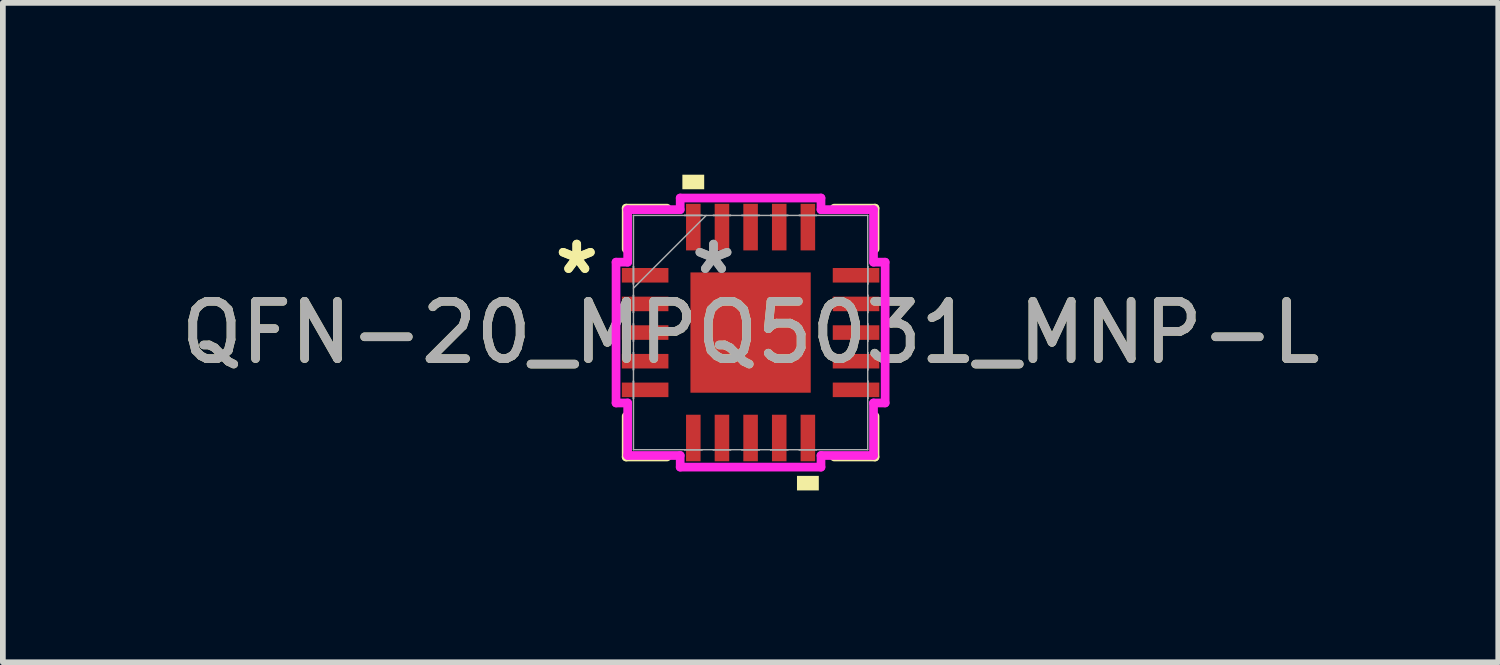
<source format=kicad_pcb>
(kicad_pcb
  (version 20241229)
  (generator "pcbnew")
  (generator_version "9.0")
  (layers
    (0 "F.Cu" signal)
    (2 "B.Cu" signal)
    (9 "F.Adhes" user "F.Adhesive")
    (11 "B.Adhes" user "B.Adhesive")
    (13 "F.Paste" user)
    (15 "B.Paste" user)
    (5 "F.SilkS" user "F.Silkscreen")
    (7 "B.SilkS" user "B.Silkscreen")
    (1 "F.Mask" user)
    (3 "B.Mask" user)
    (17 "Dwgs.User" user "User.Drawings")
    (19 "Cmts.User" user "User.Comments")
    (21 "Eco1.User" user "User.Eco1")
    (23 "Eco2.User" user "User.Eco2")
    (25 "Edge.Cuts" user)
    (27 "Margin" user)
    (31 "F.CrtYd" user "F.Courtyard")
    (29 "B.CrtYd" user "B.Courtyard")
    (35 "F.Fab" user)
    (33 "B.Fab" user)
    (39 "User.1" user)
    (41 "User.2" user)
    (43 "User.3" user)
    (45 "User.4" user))
  (footprint "QFN-20_MPQ5031_MNP-L"
    (layer "F.Cu")
    (at 10.054 2.756)
    (property "Reference" "QFN-20_MPQ5031_MNP-L" (at 0 0 0) (unlocked yes) (layer "F.SilkS") (effects (font (size 1 1) (thickness 0.15))))
    (attr smd)
    (fp_line (start -2.172 -2.172) (end -2.172 -1.46) (stroke (width 0.152) (type solid)) (layer "F.SilkS"))
    (fp_line (start -2.172 1.46) (end -2.172 2.172) (stroke (width 0.152) (type solid)) (layer "F.SilkS"))
    (fp_line (start -2.172 2.172) (end -1.46 2.172) (stroke (width 0.152) (type solid)) (layer "F.SilkS"))
    (fp_line (start -1.46 -2.172) (end -2.172 -2.172) (stroke (width 0.152) (type solid)) (layer "F.SilkS"))
    (fp_line (start 1.46 2.172) (end 2.172 2.172) (stroke (width 0.152) (type solid)) (layer "F.SilkS"))
    (fp_line (start 2.172 -2.172) (end 1.46 -2.172) (stroke (width 0.152) (type solid)) (layer "F.SilkS"))
    (fp_line (start 2.172 -1.46) (end 2.172 -2.172) (stroke (width 0.152) (type solid)) (layer "F.SilkS"))
    (fp_line (start 2.172 2.172) (end 2.172 1.46) (stroke (width 0.152) (type solid)) (layer "F.SilkS"))
    (fp_poly (pts (xy -1.191 -2.502) (xy -1.191 -2.756) (xy -0.81 -2.756) (xy -0.81 -2.502)) (stroke (width 0) (type solid)) (fill yes) (layer "F.SilkS"))
    (fp_poly (pts (xy 0.81 2.502) (xy 0.81 2.756) (xy 1.191 2.756) (xy 1.191 2.502)) (stroke (width 0) (type solid)) (fill yes) (layer "F.SilkS"))
    (fp_line (start -2.349 -1.229) (end -2.146 -1.229) (stroke (width 0.152) (type solid)) (layer "F.CrtYd"))
    (fp_line (start -2.349 1.229) (end -2.349 -1.229) (stroke (width 0.152) (type solid)) (layer "F.CrtYd"))
    (fp_line (start -2.146 -2.146) (end -1.229 -2.146) (stroke (width 0.152) (type solid)) (layer "F.CrtYd"))
    (fp_line (start -2.146 -1.229) (end -2.146 -2.146) (stroke (width 0.152) (type solid)) (layer "F.CrtYd"))
    (fp_line (start -2.146 1.229) (end -2.349 1.229) (stroke (width 0.152) (type solid)) (layer "F.CrtYd"))
    (fp_line (start -2.146 2.146) (end -2.146 1.229) (stroke (width 0.152) (type solid)) (layer "F.CrtYd"))
    (fp_line (start -1.229 -2.349) (end 1.229 -2.349) (stroke (width 0.152) (type solid)) (layer "F.CrtYd"))
    (fp_line (start -1.229 -2.146) (end -1.229 -2.349) (stroke (width 0.152) (type solid)) (layer "F.CrtYd"))
    (fp_line (start -1.229 2.146) (end -2.146 2.146) (stroke (width 0.152) (type solid)) (layer "F.CrtYd"))
    (fp_line (start -1.229 2.349) (end -1.229 2.146) (stroke (width 0.152) (type solid)) (layer "F.CrtYd"))
    (fp_line (start 1.229 -2.349) (end 1.229 -2.146) (stroke (width 0.152) (type solid)) (layer "F.CrtYd"))
    (fp_line (start 1.229 -2.146) (end 2.146 -2.146) (stroke (width 0.152) (type solid)) (layer "F.CrtYd"))
    (fp_line (start 1.229 2.146) (end 1.229 2.349) (stroke (width 0.152) (type solid)) (layer "F.CrtYd"))
    (fp_line (start 1.229 2.349) (end -1.229 2.349) (stroke (width 0.152) (type solid)) (layer "F.CrtYd"))
    (fp_line (start 2.146 -2.146) (end 2.146 -1.229) (stroke (width 0.152) (type solid)) (layer "F.CrtYd"))
    (fp_line (start 2.146 -1.229) (end 2.349 -1.229) (stroke (width 0.152) (type solid)) (layer "F.CrtYd"))
    (fp_line (start 2.146 1.229) (end 2.146 2.146) (stroke (width 0.152) (type solid)) (layer "F.CrtYd"))
    (fp_line (start 2.146 2.146) (end 1.229 2.146) (stroke (width 0.152) (type solid)) (layer "F.CrtYd"))
    (fp_line (start 2.349 -1.229) (end 2.349 1.229) (stroke (width 0.152) (type solid)) (layer "F.CrtYd"))
    (fp_line (start 2.349 1.229) (end 2.146 1.229) (stroke (width 0.152) (type solid)) (layer "F.CrtYd"))
    (fp_line (start -2.045 -2.045) (end -2.045 2.045) (stroke (width 0.025) (type solid)) (layer "F.Fab"))
    (fp_line (start -2.045 -1.152) (end -2.045 -1.152) (stroke (width 0.025) (type solid)) (layer "F.Fab"))
    (fp_line (start -2.045 -1.152) (end -2.045 -0.848) (stroke (width 0.025) (type solid)) (layer "F.Fab"))
    (fp_line (start -2.045 -0.848) (end -2.045 -1.152) (stroke (width 0.025) (type solid)) (layer "F.Fab"))
    (fp_line (start -2.045 -0.848) (end -2.045 -0.848) (stroke (width 0.025) (type solid)) (layer "F.Fab"))
    (fp_line (start -2.045 -0.775) (end -0.775 -2.045) (stroke (width 0.025) (type solid)) (layer "F.Fab"))
    (fp_line (start -2.045 -0.652) (end -2.045 -0.652) (stroke (width 0.025) (type solid)) (layer "F.Fab"))
    (fp_line (start -2.045 -0.652) (end -2.045 -0.348) (stroke (width 0.025) (type solid)) (layer "F.Fab"))
    (fp_line (start -2.045 -0.348) (end -2.045 -0.652) (stroke (width 0.025) (type solid)) (layer "F.Fab"))
    (fp_line (start -2.045 -0.348) (end -2.045 -0.348) (stroke (width 0.025) (type solid)) (layer "F.Fab"))
    (fp_line (start -2.045 -0.152) (end -2.045 -0.152) (stroke (width 0.025) (type solid)) (layer "F.Fab"))
    (fp_line (start -2.045 -0.152) (end -2.045 0.152) (stroke (width 0.025) (type solid)) (layer "F.Fab"))
    (fp_line (start -2.045 0.152) (end -2.045 -0.152) (stroke (width 0.025) (type solid)) (layer "F.Fab"))
    (fp_line (start -2.045 0.152) (end -2.045 0.152) (stroke (width 0.025) (type solid)) (layer "F.Fab"))
    (fp_line (start -2.045 0.348) (end -2.045 0.348) (stroke (width 0.025) (type solid)) (layer "F.Fab"))
    (fp_line (start -2.045 0.348) (end -2.045 0.652) (stroke (width 0.025) (type solid)) (layer "F.Fab"))
    (fp_line (start -2.045 0.652) (end -2.045 0.348) (stroke (width 0.025) (type solid)) (layer "F.Fab"))
    (fp_line (start -2.045 0.652) (end -2.045 0.652) (stroke (width 0.025) (type solid)) (layer "F.Fab"))
    (fp_line (start -2.045 0.848) (end -2.045 0.848) (stroke (width 0.025) (type solid)) (layer "F.Fab"))
    (fp_line (start -2.045 0.848) (end -2.045 1.152) (stroke (width 0.025) (type solid)) (layer "F.Fab"))
    (fp_line (start -2.045 1.152) (end -2.045 0.848) (stroke (width 0.025) (type solid)) (layer "F.Fab"))
    (fp_line (start -2.045 1.152) (end -2.045 1.152) (stroke (width 0.025) (type solid)) (layer "F.Fab"))
    (fp_line (start -2.045 2.045) (end 2.045 2.045) (stroke (width 0.025) (type solid)) (layer "F.Fab"))
    (fp_line (start -1.152 -2.045) (end -1.152 -2.045) (stroke (width 0.025) (type solid)) (layer "F.Fab"))
    (fp_line (start -1.152 -2.045) (end -0.848 -2.045) (stroke (width 0.025) (type solid)) (layer "F.Fab"))
    (fp_line (start -1.152 2.045) (end -1.152 2.045) (stroke (width 0.025) (type solid)) (layer "F.Fab"))
    (fp_line (start -1.152 2.045) (end -0.848 2.045) (stroke (width 0.025) (type solid)) (layer "F.Fab"))
    (fp_line (start -0.848 -2.045) (end -1.152 -2.045) (stroke (width 0.025) (type solid)) (layer "F.Fab"))
    (fp_line (start -0.848 -2.045) (end -0.848 -2.045) (stroke (width 0.025) (type solid)) (layer "F.Fab"))
    (fp_line (start -0.848 2.045) (end -1.152 2.045) (stroke (width 0.025) (type solid)) (layer "F.Fab"))
    (fp_line (start -0.848 2.045) (end -0.848 2.045) (stroke (width 0.025) (type solid)) (layer "F.Fab"))
    (fp_line (start -0.652 -2.045) (end -0.652 -2.045) (stroke (width 0.025) (type solid)) (layer "F.Fab"))
    (fp_line (start -0.652 -2.045) (end -0.348 -2.045) (stroke (width 0.025) (type solid)) (layer "F.Fab"))
    (fp_line (start -0.652 2.045) (end -0.652 2.045) (stroke (width 0.025) (type solid)) (layer "F.Fab"))
    (fp_line (start -0.652 2.045) (end -0.348 2.045) (stroke (width 0.025) (type solid)) (layer "F.Fab"))
    (fp_line (start -0.348 -2.045) (end -0.652 -2.045) (stroke (width 0.025) (type solid)) (layer "F.Fab"))
    (fp_line (start -0.348 -2.045) (end -0.348 -2.045) (stroke (width 0.025) (type solid)) (layer "F.Fab"))
    (fp_line (start -0.348 2.045) (end -0.652 2.045) (stroke (width 0.025) (type solid)) (layer "F.Fab"))
    (fp_line (start -0.348 2.045) (end -0.348 2.045) (stroke (width 0.025) (type solid)) (layer "F.Fab"))
    (fp_line (start -0.152 -2.045) (end -0.152 -2.045) (stroke (width 0.025) (type solid)) (layer "F.Fab"))
    (fp_line (start -0.152 -2.045) (end 0.152 -2.045) (stroke (width 0.025) (type solid)) (layer "F.Fab"))
    (fp_line (start -0.152 2.045) (end -0.152 2.045) (stroke (width 0.025) (type solid)) (layer "F.Fab"))
    (fp_line (start -0.152 2.045) (end 0.152 2.045) (stroke (width 0.025) (type solid)) (layer "F.Fab"))
    (fp_line (start 0.152 -2.045) (end -0.152 -2.045) (stroke (width 0.025) (type solid)) (layer "F.Fab"))
    (fp_line (start 0.152 -2.045) (end 0.152 -2.045) (stroke (width 0.025) (type solid)) (layer "F.Fab"))
    (fp_line (start 0.152 2.045) (end -0.152 2.045) (stroke (width 0.025) (type solid)) (layer "F.Fab"))
    (fp_line (start 0.152 2.045) (end 0.152 2.045) (stroke (width 0.025) (type solid)) (layer "F.Fab"))
    (fp_line (start 0.348 -2.045) (end 0.348 -2.045) (stroke (width 0.025) (type solid)) (layer "F.Fab"))
    (fp_line (start 0.348 -2.045) (end 0.652 -2.045) (stroke (width 0.025) (type solid)) (layer "F.Fab"))
    (fp_line (start 0.348 2.045) (end 0.348 2.045) (stroke (width 0.025) (type solid)) (layer "F.Fab"))
    (fp_line (start 0.348 2.045) (end 0.652 2.045) (stroke (width 0.025) (type solid)) (layer "F.Fab"))
    (fp_line (start 0.652 -2.045) (end 0.348 -2.045) (stroke (width 0.025) (type solid)) (layer "F.Fab"))
    (fp_line (start 0.652 -2.045) (end 0.652 -2.045) (stroke (width 0.025) (type solid)) (layer "F.Fab"))
    (fp_line (start 0.652 2.045) (end 0.348 2.045) (stroke (width 0.025) (type solid)) (layer "F.Fab"))
    (fp_line (start 0.652 2.045) (end 0.652 2.045) (stroke (width 0.025) (type solid)) (layer "F.Fab"))
    (fp_line (start 0.848 -2.045) (end 0.848 -2.045) (stroke (width 0.025) (type solid)) (layer "F.Fab"))
    (fp_line (start 0.848 -2.045) (end 1.152 -2.045) (stroke (width 0.025) (type solid)) (layer "F.Fab"))
    (fp_line (start 0.848 2.045) (end 0.848 2.045) (stroke (width 0.025) (type solid)) (layer "F.Fab"))
    (fp_line (start 0.848 2.045) (end 1.152 2.045) (stroke (width 0.025) (type solid)) (layer "F.Fab"))
    (fp_line (start 1.152 -2.045) (end 0.848 -2.045) (stroke (width 0.025) (type solid)) (layer "F.Fab"))
    (fp_line (start 1.152 -2.045) (end 1.152 -2.045) (stroke (width 0.025) (type solid)) (layer "F.Fab"))
    (fp_line (start 1.152 2.045) (end 0.848 2.045) (stroke (width 0.025) (type solid)) (layer "F.Fab"))
    (fp_line (start 1.152 2.045) (end 1.152 2.045) (stroke (width 0.025) (type solid)) (layer "F.Fab"))
    (fp_line (start 2.045 -2.045) (end -2.045 -2.045) (stroke (width 0.025) (type solid)) (layer "F.Fab"))
    (fp_line (start 2.045 -1.152) (end 2.045 -1.152) (stroke (width 0.025) (type solid)) (layer "F.Fab"))
    (fp_line (start 2.045 -1.152) (end 2.045 -0.848) (stroke (width 0.025) (type solid)) (layer "F.Fab"))
    (fp_line (start 2.045 -0.848) (end 2.045 -1.152) (stroke (width 0.025) (type solid)) (layer "F.Fab"))
    (fp_line (start 2.045 -0.848) (end 2.045 -0.848) (stroke (width 0.025) (type solid)) (layer "F.Fab"))
    (fp_line (start 2.045 -0.652) (end 2.045 -0.652) (stroke (width 0.025) (type solid)) (layer "F.Fab"))
    (fp_line (start 2.045 -0.652) (end 2.045 -0.348) (stroke (width 0.025) (type solid)) (layer "F.Fab"))
    (fp_line (start 2.045 -0.348) (end 2.045 -0.652) (stroke (width 0.025) (type solid)) (layer "F.Fab"))
    (fp_line (start 2.045 -0.348) (end 2.045 -0.348) (stroke (width 0.025) (type solid)) (layer "F.Fab"))
    (fp_line (start 2.045 -0.152) (end 2.045 -0.152) (stroke (width 0.025) (type solid)) (layer "F.Fab"))
    (fp_line (start 2.045 -0.152) (end 2.045 0.152) (stroke (width 0.025) (type solid)) (layer "F.Fab"))
    (fp_line (start 2.045 0.152) (end 2.045 -0.152) (stroke (width 0.025) (type solid)) (layer "F.Fab"))
    (fp_line (start 2.045 0.152) (end 2.045 0.152) (stroke (width 0.025) (type solid)) (layer "F.Fab"))
    (fp_line (start 2.045 0.348) (end 2.045 0.348) (stroke (width 0.025) (type solid)) (layer "F.Fab"))
    (fp_line (start 2.045 0.348) (end 2.045 0.652) (stroke (width 0.025) (type solid)) (layer "F.Fab"))
    (fp_line (start 2.045 0.652) (end 2.045 0.348) (stroke (width 0.025) (type solid)) (layer "F.Fab"))
    (fp_line (start 2.045 0.652) (end 2.045 0.652) (stroke (width 0.025) (type solid)) (layer "F.Fab"))
    (fp_line (start 2.045 0.848) (end 2.045 0.848) (stroke (width 0.025) (type solid)) (layer "F.Fab"))
    (fp_line (start 2.045 0.848) (end 2.045 1.152) (stroke (width 0.025) (type solid)) (layer "F.Fab"))
    (fp_line (start 2.045 1.152) (end 2.045 0.848) (stroke (width 0.025) (type solid)) (layer "F.Fab"))
    (fp_line (start 2.045 1.152) (end 2.045 1.152) (stroke (width 0.025) (type solid)) (layer "F.Fab"))
    (fp_line (start 2.045 2.045) (end 2.045 -2.045) (stroke (width 0.025) (type solid)) (layer "F.Fab"))
    (fp_text user "*" (at -3.035 -1 0) (layer "F.SilkS") (effects (font (size 1 1) (thickness 0.15))))
    (fp_text user "*" (at -3.035 -1 0) (unlocked yes) (layer "F.SilkS") (effects (font (size 1 1) (thickness 0.15))))
    (fp_text user "*" (at -0.648 -1 0) (unlocked yes) (layer "F.Fab") (effects (font (size 1 1) (thickness 0.15))))
    (fp_text user "*" (at -0.648 -1 0) (layer "F.Fab") (effects (font (size 1 1) (thickness 0.15))))
    (fp_text user "${REFERENCE}" (at 0 0 0) (unlocked yes) (layer "F.Fab") (effects (font (size 1 1) (thickness 0.15))))
    (pad "1" smd rect (at -1.841 -1 90) (size 0.254 0.813) (layers "F.Cu" "F.Mask" "F.Paste"))
    (pad "2" smd rect (at -1.841 -0.5 90) (size 0.254 0.813) (layers "F.Cu" "F.Mask" "F.Paste"))
    (pad "3" smd rect (at -1.841 0 90) (size 0.254 0.813) (layers "F.Cu" "F.Mask" "F.Paste"))
    (pad "4" smd rect (at -1.841 0.5 90) (size 0.254 0.813) (layers "F.Cu" "F.Mask" "F.Paste"))
    (pad "5" smd rect (at -1.841 1 90) (size 0.254 0.813) (layers "F.Cu" "F.Mask" "F.Paste"))
    (pad "6" smd rect (at -1 1.841) (size 0.254 0.813) (layers "F.Cu" "F.Mask" "F.Paste"))
    (pad "7" smd rect (at -0.5 1.841) (size 0.254 0.813) (layers "F.Cu" "F.Mask" "F.Paste"))
    (pad "8" smd rect (at 0 1.841) (size 0.254 0.813) (layers "F.Cu" "F.Mask" "F.Paste"))
    (pad "9" smd rect (at 0.5 1.841) (size 0.254 0.813) (layers "F.Cu" "F.Mask" "F.Paste"))
    (pad "10" smd rect (at 1 1.841) (size 0.254 0.813) (layers "F.Cu" "F.Mask" "F.Paste"))
    (pad "11" smd rect (at 1.841 1 90) (size 0.254 0.813) (layers "F.Cu" "F.Mask" "F.Paste"))
    (pad "12" smd rect (at 1.841 0.5 90) (size 0.254 0.813) (layers "F.Cu" "F.Mask" "F.Paste"))
    (pad "13" smd rect (at 1.841 0 90) (size 0.254 0.813) (layers "F.Cu" "F.Mask" "F.Paste"))
    (pad "14" smd rect (at 1.841 -0.5 90) (size 0.254 0.813) (layers "F.Cu" "F.Mask" "F.Paste"))
    (pad "15" smd rect (at 1.841 -1 90) (size 0.254 0.813) (layers "F.Cu" "F.Mask" "F.Paste"))
    (pad "16" smd rect (at 1 -1.841) (size 0.254 0.813) (layers "F.Cu" "F.Mask" "F.Paste"))
    (pad "17" smd rect (at 0.5 -1.841) (size 0.254 0.813) (layers "F.Cu" "F.Mask" "F.Paste"))
    (pad "18" smd rect (at 0 -1.841) (size 0.254 0.813) (layers "F.Cu" "F.Mask" "F.Paste"))
    (pad "19" smd rect (at -0.5 -1.841) (size 0.254 0.813) (layers "F.Cu" "F.Mask" "F.Paste"))
    (pad "20" smd rect (at -1 -1.841) (size 0.254 0.813) (layers "F.Cu" "F.Mask" "F.Paste"))
    (pad "21" smd rect (at 0 0) (size 2.1 2.1) (layers "F.Cu" "F.Mask" "F.Paste")))
  (gr_rect
    (start -3 -3)
    (end 23.107 8.512)
    (stroke (width 0.1) (type default))
    (fill no)
    (layer "Edge.Cuts")))
</source>
